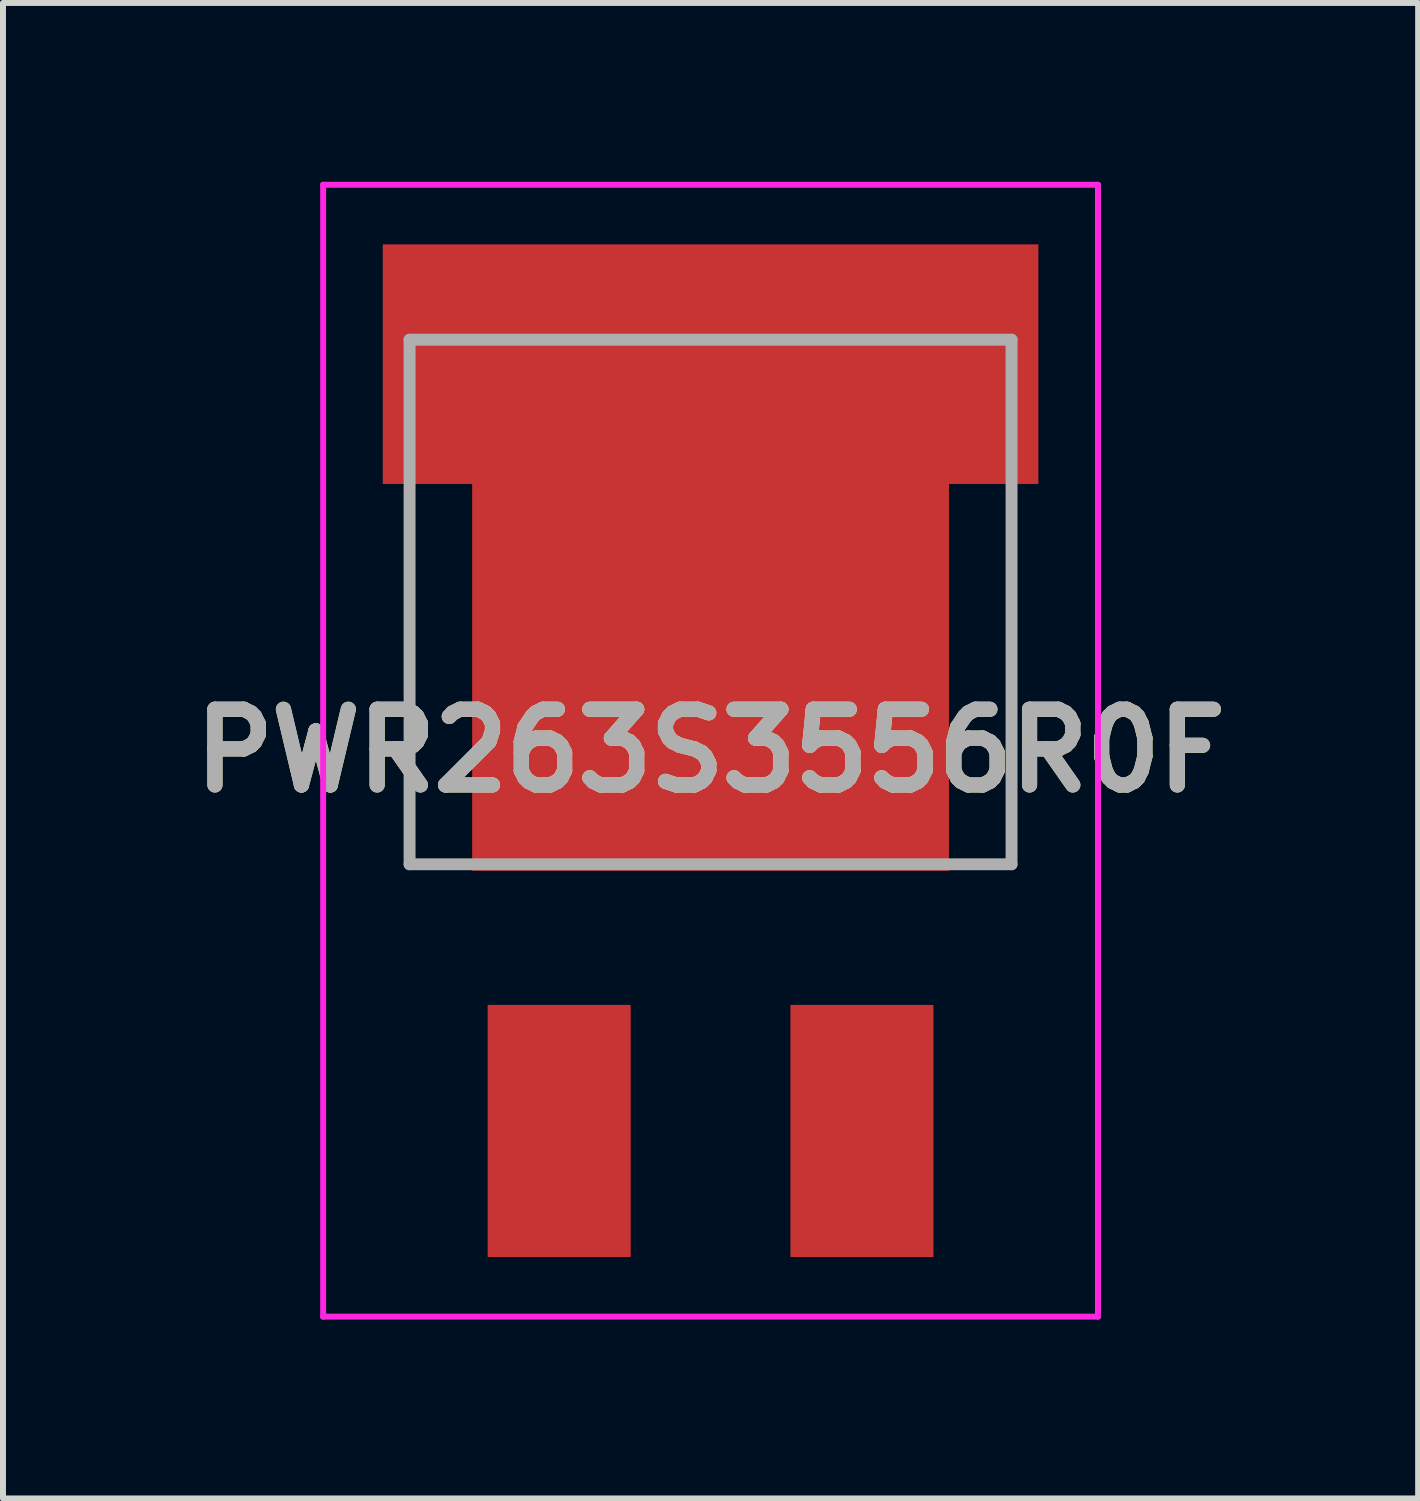
<source format=kicad_pcb>
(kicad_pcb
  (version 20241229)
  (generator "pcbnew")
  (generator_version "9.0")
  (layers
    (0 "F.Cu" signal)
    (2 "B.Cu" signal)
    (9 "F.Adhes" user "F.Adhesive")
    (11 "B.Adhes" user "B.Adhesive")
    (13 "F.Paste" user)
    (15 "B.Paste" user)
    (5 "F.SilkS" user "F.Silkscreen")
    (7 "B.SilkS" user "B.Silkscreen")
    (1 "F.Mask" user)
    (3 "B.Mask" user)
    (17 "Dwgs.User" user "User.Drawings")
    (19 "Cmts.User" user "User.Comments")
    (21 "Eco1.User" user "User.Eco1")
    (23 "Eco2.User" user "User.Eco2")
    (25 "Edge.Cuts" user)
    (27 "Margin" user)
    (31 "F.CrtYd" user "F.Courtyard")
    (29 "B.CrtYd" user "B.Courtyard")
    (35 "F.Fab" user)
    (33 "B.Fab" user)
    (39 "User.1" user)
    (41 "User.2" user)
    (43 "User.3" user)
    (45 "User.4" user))
  (footprint "PWR263S3556R0F"
    (layer "F.Cu")
    (at 8.872 9.288)
    (property "Reference" "PWR263S3556R0F" (at 0 0.258 0) (layer "F.SilkS") (effects (font (size 1.27 1.27) (thickness 0.254))))
    (attr smd)
    (fp_line (start -5.05 2.163) (end -5.05 -3.638) (stroke (width 0.1) (type solid)) (layer "F.SilkS"))
    (fp_line (start -4.5 2.163) (end -5.05 2.163) (stroke (width 0.1) (type solid)) (layer "F.SilkS"))
    (fp_line (start 4.5 2.163) (end 5.05 2.163) (stroke (width 0.1) (type solid)) (layer "F.SilkS"))
    (fp_line (start 5.05 2.163) (end 5.05 -3.638) (stroke (width 0.1) (type solid)) (layer "F.SilkS"))
    (fp_line (start -6.5 -9.238) (end 6.5 -9.238) (stroke (width 0.1) (type solid)) (layer "F.CrtYd"))
    (fp_line (start -6.5 9.753) (end -6.5 -9.238) (stroke (width 0.1) (type solid)) (layer "F.CrtYd"))
    (fp_line (start 6.5 -9.238) (end 6.5 9.753) (stroke (width 0.1) (type solid)) (layer "F.CrtYd"))
    (fp_line (start 6.5 9.753) (end -6.5 9.753) (stroke (width 0.1) (type solid)) (layer "F.CrtYd"))
    (fp_line (start -5.05 -6.638) (end 5.05 -6.638) (stroke (width 0.2) (type solid)) (layer "F.Fab"))
    (fp_line (start -5.05 2.163) (end -5.05 -6.638) (stroke (width 0.2) (type solid)) (layer "F.Fab"))
    (fp_line (start 5.05 -6.638) (end 5.05 2.163) (stroke (width 0.2) (type solid)) (layer "F.Fab"))
    (fp_line (start 5.05 2.163) (end -5.05 2.163) (stroke (width 0.2) (type solid)) (layer "F.Fab"))
    (fp_text user "${REFERENCE}" (at 0 0.258 0) (layer "F.Fab") (effects (font (size 1.27 1.27) (thickness 0.254))))
    (pad "1" smd rect (at -2.54 6.638) (size 2.4 4.23) (layers "F.Cu" "F.Mask" "F.Paste"))
    (pad "2" smd rect (at 0 -0.978 90) (size 6.5 8) (layers "F.Cu" "F.Mask" "F.Paste"))
    (pad "3" smd rect (at 2.54 6.638) (size 2.4 4.23) (layers "F.Cu" "F.Mask" "F.Paste"))
    (pad "4" smd rect (at 0 -6.228 90) (size 4.02 11) (layers "F.Cu" "F.Mask" "F.Paste")))
  (gr_rect
    (start -3 -3)
    (end 20.744 22.091)
    (stroke (width 0.1) (type default))
    (fill no)
    (layer "Edge.Cuts")))
</source>
